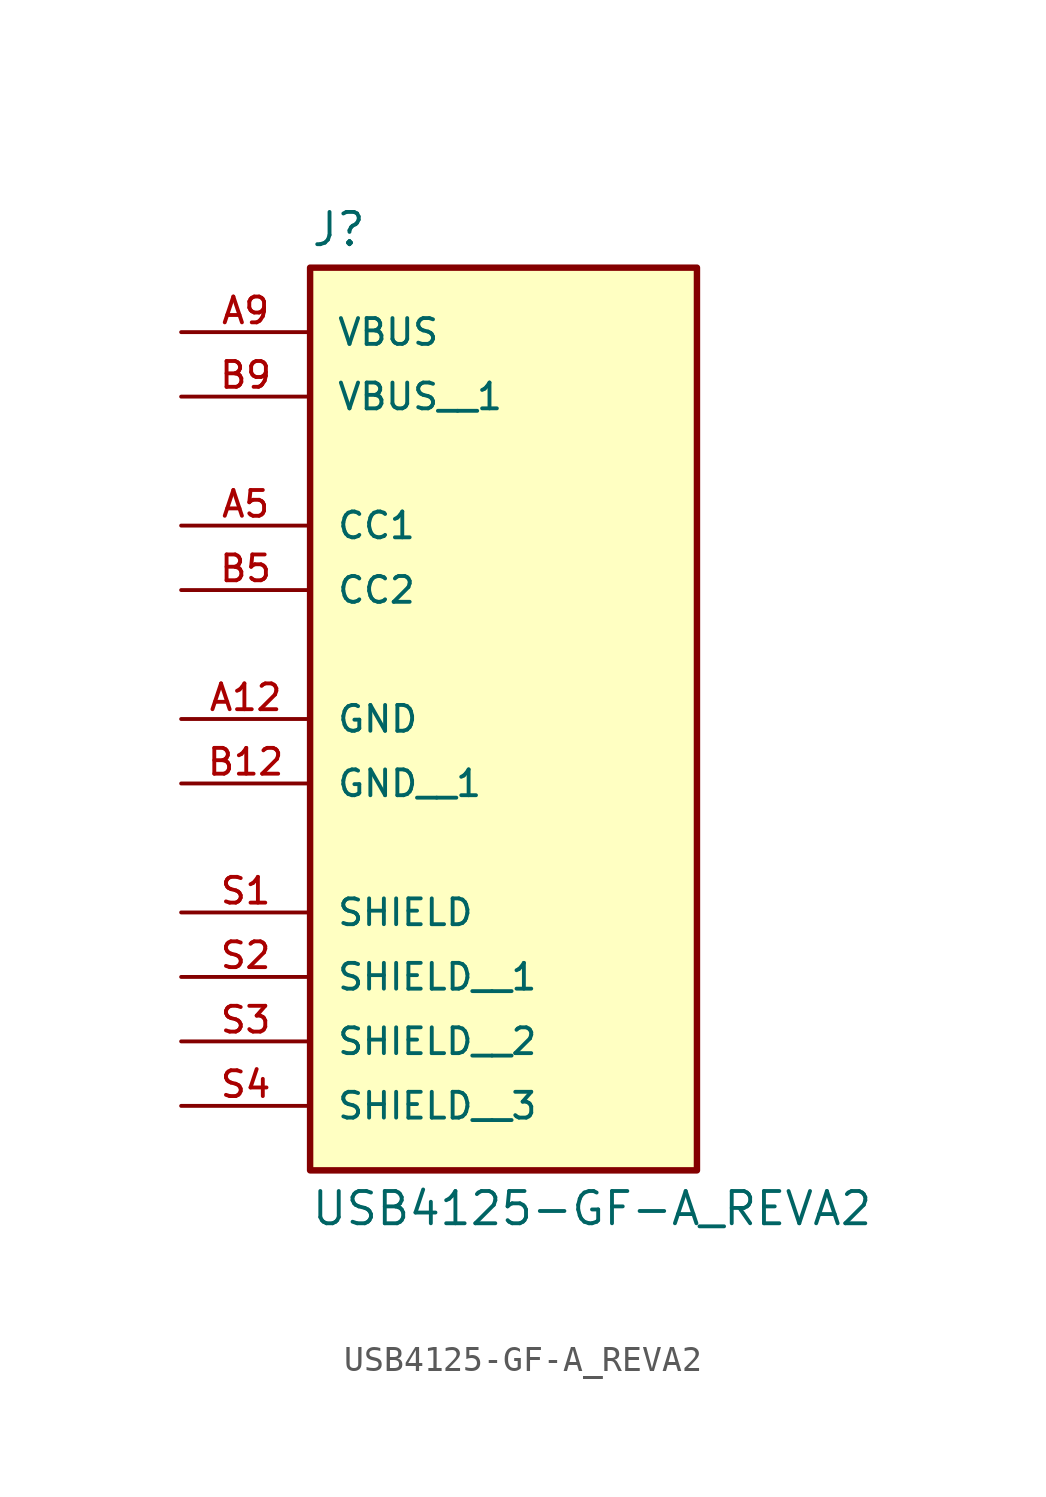
<source format=kicad_sym>
(kicad_symbol_lib
  (version 20211014)
  (generator kicad_symbol_editor)
  (symbol "USB4125-GF-A_REVA2"
    (pin_names
      (offset 1.016))
    (property "Reference" "J"
      (at -7.62 10.922 0)
      (effects (font (size 1.27 1.27)) (justify bottom left)))
    (property "Value" "USB4125-GF-A_REVA2"
      (at -7.62 -26.162 0.0)
      (effects (font (size 1.27 1.27)) (justify top left)))
    (symbol "USB4125-GF-A_REVA2_0_0"
      (rectangle (start -7.62 -25.4) (end 7.62 10.16) (stroke (width 0.254)) (fill (type background)))
      (pin power_in line (at -12.7 -7.62 0) (length 5.08) (name "GND" (effects (font (size 1.016 1.016)))) (number "A12" (effects (font (size 1.016 1.016)))))
      (pin power_in line (at -12.7 7.62 0) (length 5.08) (name "VBUS" (effects (font (size 1.016 1.016)))) (number "A9" (effects (font (size 1.016 1.016)))))
      (pin bidirectional line (at -12.7 0.0 0) (length 5.08) (name "CC1" (effects (font (size 1.016 1.016)))) (number "A5" (effects (font (size 1.016 1.016)))))
      (pin passive line (at -12.7 -15.24 0) (length 5.08) (name "SHIELD" (effects (font (size 1.016 1.016)))) (number "S1" (effects (font (size 1.016 1.016)))))
      (pin bidirectional line (at -12.7 -2.54 0) (length 5.08) (name "CC2" (effects (font (size 1.016 1.016)))) (number "B5" (effects (font (size 1.016 1.016)))))
      (pin power_in line (at -12.7 5.08 0) (length 5.08) (name "VBUS__1" (effects (font (size 1.016 1.016)))) (number "B9" (effects (font (size 1.016 1.016)))))
      (pin power_in line (at -12.7 -10.16 0) (length 5.08) (name "GND__1" (effects (font (size 1.016 1.016)))) (number "B12" (effects (font (size 1.016 1.016)))))
      (pin passive line (at -12.7 -17.78 0) (length 5.08) (name "SHIELD__1" (effects (font (size 1.016 1.016)))) (number "S2" (effects (font (size 1.016 1.016)))))
      (pin passive line (at -12.7 -20.32 0) (length 5.08) (name "SHIELD__2" (effects (font (size 1.016 1.016)))) (number "S3" (effects (font (size 1.016 1.016)))))
      (pin passive line (at -12.7 -22.86 0) (length 5.08) (name "SHIELD__3" (effects (font (size 1.016 1.016)))) (number "S4" (effects (font (size 1.016 1.016))))))))
</source>
